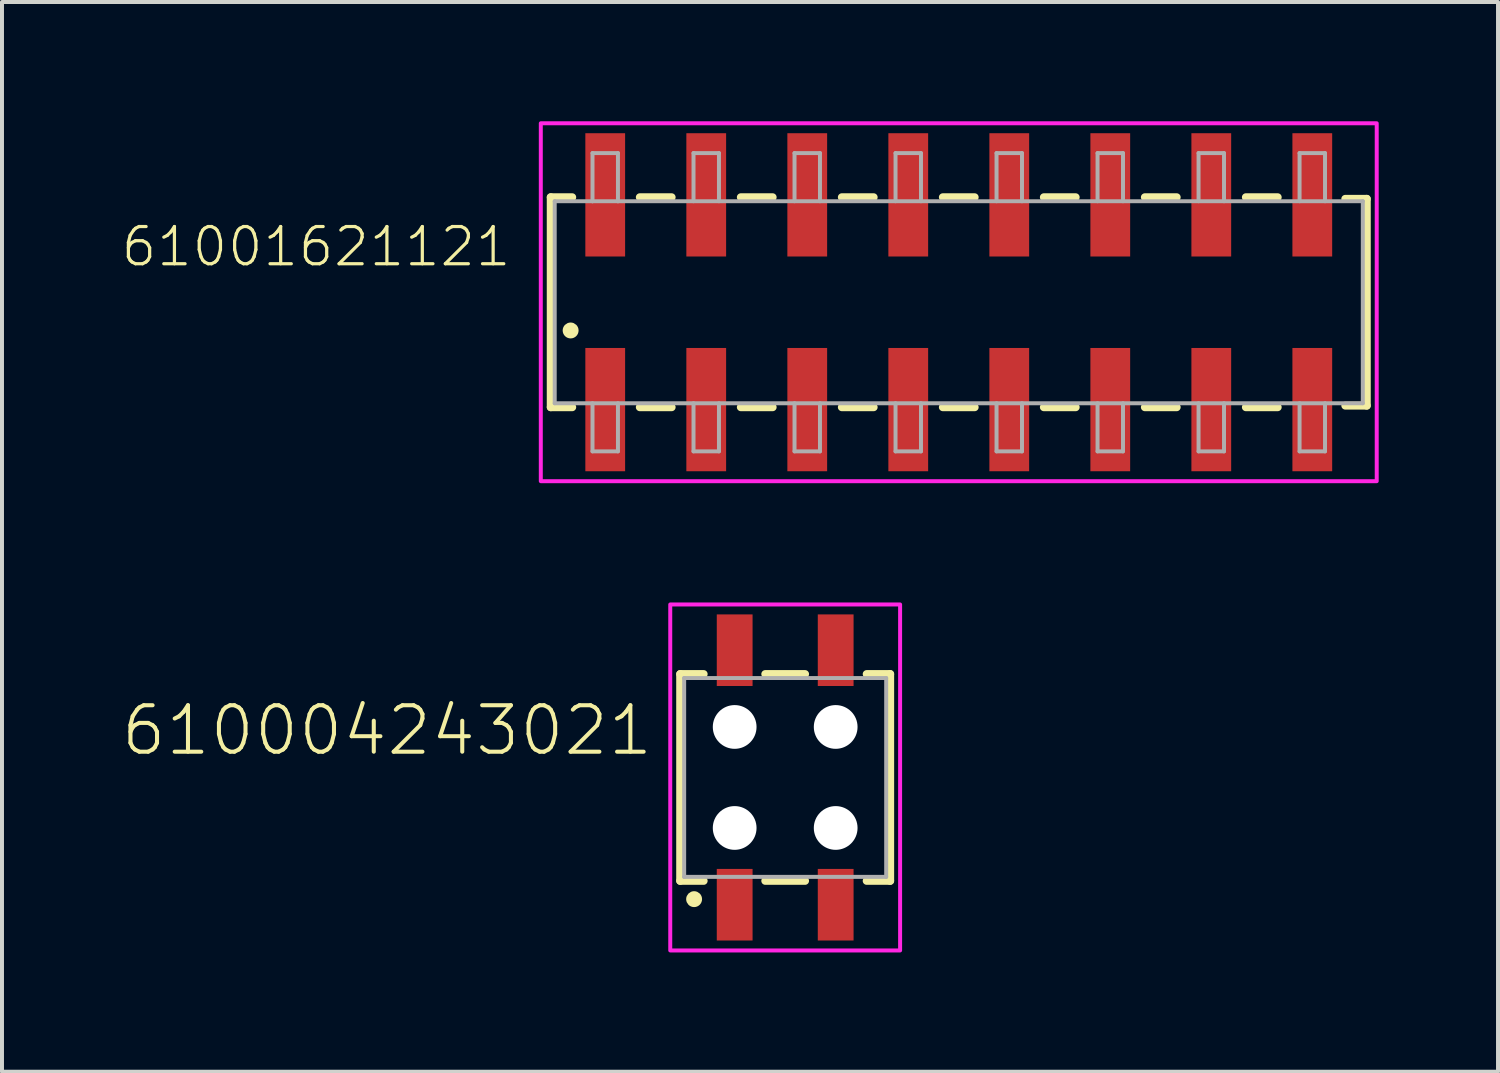
<source format=kicad_pcb>
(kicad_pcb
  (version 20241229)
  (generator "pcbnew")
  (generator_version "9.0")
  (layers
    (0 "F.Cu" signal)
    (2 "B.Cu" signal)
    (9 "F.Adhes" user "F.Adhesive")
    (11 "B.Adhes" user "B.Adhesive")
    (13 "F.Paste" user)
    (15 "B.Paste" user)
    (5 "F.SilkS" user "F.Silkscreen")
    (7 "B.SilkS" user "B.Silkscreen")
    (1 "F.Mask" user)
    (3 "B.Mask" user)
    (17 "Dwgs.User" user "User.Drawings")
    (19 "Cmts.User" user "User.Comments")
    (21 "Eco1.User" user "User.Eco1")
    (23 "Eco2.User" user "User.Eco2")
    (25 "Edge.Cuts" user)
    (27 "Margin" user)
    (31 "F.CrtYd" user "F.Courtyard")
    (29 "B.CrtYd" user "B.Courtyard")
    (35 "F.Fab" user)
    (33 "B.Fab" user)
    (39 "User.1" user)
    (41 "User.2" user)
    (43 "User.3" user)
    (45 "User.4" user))
  (footprint "610004243021"
    (layer "F.Cu")
    (at 16.694 16.5)
    (property "Reference" "610004243021" (at -3.27 -0.5 0) (unlocked yes) (layer "F.SilkS") (effects (font (size 1.168 1.168) (thickness 0.102)) (justify right bottom)))
    (fp_line (start -2.64 -2.6) (end -2.64 2.6) (stroke (width 0.2) (type solid)) (layer "F.SilkS"))
    (fp_line (start -2.64 2.6) (end -2.05 2.6) (stroke (width 0.2) (type solid)) (layer "F.SilkS"))
    (fp_line (start -2.05 -2.6) (end -2.64 -2.6) (stroke (width 0.2) (type solid)) (layer "F.SilkS"))
    (fp_line (start -0.5 2.6) (end 0.5 2.6) (stroke (width 0.2) (type solid)) (layer "F.SilkS"))
    (fp_line (start 0.5 -2.6) (end -0.5 -2.6) (stroke (width 0.2) (type solid)) (layer "F.SilkS"))
    (fp_line (start 2.05 -2.6) (end 2.64 -2.6) (stroke (width 0.2) (type solid)) (layer "F.SilkS"))
    (fp_line (start 2.64 -2.6) (end 2.64 2.6) (stroke (width 0.2) (type solid)) (layer "F.SilkS"))
    (fp_line (start 2.64 2.6) (end 2.05 2.6) (stroke (width 0.2) (type solid)) (layer "F.SilkS"))
    (fp_circle (center -2.29 3.06) (end -2.19 3.06) (stroke (width 0.2) (type solid)) (fill no) (layer "F.SilkS"))
    (fp_poly (pts (xy 2.89 4.35) (xy -2.89 4.35) (xy -2.89 -4.35) (xy 2.89 -4.35)) (stroke (width 0.1) (type default)) (fill no) (layer "F.CrtYd"))
    (fp_line (start -2.54 -2.5) (end -2.54 2.5) (stroke (width 0.1) (type solid)) (layer "F.Fab"))
    (fp_line (start -2.54 -2.5) (end 2.54 -2.5) (stroke (width 0.1) (type solid)) (layer "F.Fab"))
    (fp_line (start -2.54 2.5) (end 2.54 2.5) (stroke (width 0.1) (type solid)) (layer "F.Fab"))
    (fp_line (start 2.54 2.5) (end 2.54 -2.5) (stroke (width 0.1) (type solid)) (layer "F.Fab"))
    (pad "" np_thru_hole circle (at -1.27 -1.27) (size 1.1 1.1) (drill 1.1) (layers "*.Cu" "*.Mask"))
    (pad "" np_thru_hole circle (at -1.27 1.27) (size 1.1 1.1) (drill 1.1) (layers "*.Cu" "*.Mask"))
    (pad "" np_thru_hole circle (at 1.27 -1.27) (size 1.1 1.1) (drill 1.1) (layers "*.Cu" "*.Mask"))
    (pad "" np_thru_hole circle (at 1.27 1.27) (size 1.1 1.1) (drill 1.1) (layers "*.Cu" "*.Mask"))
    (pad "1" smd rect (at -1.27 3.2 90) (size 1.8 0.9) (layers "F.Cu" "F.Mask" "F.Paste"))
    (pad "2" smd rect (at -1.27 -3.2 90) (size 1.8 0.9) (layers "F.Cu" "F.Mask" "F.Paste"))
    (pad "3" smd rect (at 1.27 3.2 90) (size 1.8 0.9) (layers "F.Cu" "F.Mask" "F.Paste"))
    (pad "4" smd rect (at 1.27 -3.2 90) (size 1.8 0.9) (layers "F.Cu" "F.Mask" "F.Paste")))
  (footprint "61001621121"
    (layer "F.Cu")
    (at 21.059 4.55)
    (property "Reference" "61001621121" (at -11.21 -0.85 0) (unlocked yes) (layer "F.SilkS") (effects (font (size 0.935 0.935) (thickness 0.081)) (justify right bottom)))
    (fp_line (start -10.26 -2.64) (end -10.26 2.64) (stroke (width 0.2) (type solid)) (layer "F.SilkS"))
    (fp_line (start -10.26 2.64) (end -9.72 2.64) (stroke (width 0.2) (type solid)) (layer "F.SilkS"))
    (fp_line (start -9.72 -2.64) (end -10.26 -2.64) (stroke (width 0.2) (type solid)) (layer "F.SilkS"))
    (fp_line (start -8.02 2.64) (end -7.22 2.64) (stroke (width 0.2) (type solid)) (layer "F.SilkS"))
    (fp_line (start -7.22 -2.64) (end -8.02 -2.64) (stroke (width 0.2) (type solid)) (layer "F.SilkS"))
    (fp_line (start -5.48 2.64) (end -4.68 2.64) (stroke (width 0.2) (type solid)) (layer "F.SilkS"))
    (fp_line (start -4.68 -2.64) (end -5.48 -2.64) (stroke (width 0.2) (type solid)) (layer "F.SilkS"))
    (fp_line (start -2.94 2.64) (end -2.14 2.64) (stroke (width 0.2) (type solid)) (layer "F.SilkS"))
    (fp_line (start -2.14 -2.64) (end -2.94 -2.64) (stroke (width 0.2) (type solid)) (layer "F.SilkS"))
    (fp_line (start -0.4 2.64) (end 0.4 2.64) (stroke (width 0.2) (type solid)) (layer "F.SilkS"))
    (fp_line (start 0.4 -2.64) (end -0.4 -2.64) (stroke (width 0.2) (type solid)) (layer "F.SilkS"))
    (fp_line (start 2.14 2.64) (end 2.94 2.64) (stroke (width 0.2) (type solid)) (layer "F.SilkS"))
    (fp_line (start 2.94 -2.64) (end 2.14 -2.64) (stroke (width 0.2) (type solid)) (layer "F.SilkS"))
    (fp_line (start 4.68 2.64) (end 5.48 2.64) (stroke (width 0.2) (type solid)) (layer "F.SilkS"))
    (fp_line (start 5.48 -2.64) (end 4.68 -2.64) (stroke (width 0.2) (type solid)) (layer "F.SilkS"))
    (fp_line (start 7.22 2.64) (end 8.02 2.64) (stroke (width 0.2) (type solid)) (layer "F.SilkS"))
    (fp_line (start 8.02 -2.64) (end 7.22 -2.64) (stroke (width 0.2) (type solid)) (layer "F.SilkS"))
    (fp_line (start 9.72 -2.6) (end 10.26 -2.6) (stroke (width 0.2) (type solid)) (layer "F.SilkS"))
    (fp_line (start 10.26 -2.6) (end 10.26 2.6) (stroke (width 0.2) (type solid)) (layer "F.SilkS"))
    (fp_line (start 10.26 2.6) (end 9.72 2.6) (stroke (width 0.2) (type solid)) (layer "F.SilkS"))
    (fp_circle (center -9.76 0.71) (end -9.66 0.71) (stroke (width 0.2) (type solid)) (fill no) (layer "F.SilkS"))
    (fp_poly (pts (xy 10.51 4.5) (xy -10.51 4.5) (xy -10.51 -4.5) (xy 10.51 -4.5)) (stroke (width 0.1) (type default)) (fill no) (layer "F.CrtYd"))
    (fp_line (start -10.16 -2.54) (end -10.16 2.54) (stroke (width 0.1) (type solid)) (layer "F.Fab"))
    (fp_line (start -10.16 2.54) (end 10.16 2.54) (stroke (width 0.1) (type solid)) (layer "F.Fab"))
    (fp_line (start -9.21 -3.75) (end -8.57 -3.75) (stroke (width 0.1) (type solid)) (layer "F.Fab"))
    (fp_line (start -9.21 -2.54) (end -10.16 -2.54) (stroke (width 0.1) (type solid)) (layer "F.Fab"))
    (fp_line (start -9.21 -2.54) (end -9.21 -3.75) (stroke (width 0.1) (type solid)) (layer "F.Fab"))
    (fp_line (start -9.21 3.75) (end -9.21 2.54) (stroke (width 0.1) (type solid)) (layer "F.Fab"))
    (fp_line (start -8.57 -3.75) (end -8.57 -2.54) (stroke (width 0.1) (type solid)) (layer "F.Fab"))
    (fp_line (start -8.57 -2.54) (end -9.21 -2.54) (stroke (width 0.1) (type solid)) (layer "F.Fab"))
    (fp_line (start -8.57 2.54) (end -8.57 3.75) (stroke (width 0.1) (type solid)) (layer "F.Fab"))
    (fp_line (start -8.57 3.75) (end -9.21 3.75) (stroke (width 0.1) (type solid)) (layer "F.Fab"))
    (fp_line (start -6.67 -3.75) (end -6.03 -3.75) (stroke (width 0.1) (type solid)) (layer "F.Fab"))
    (fp_line (start -6.67 -2.54) (end -6.67 -3.75) (stroke (width 0.1) (type solid)) (layer "F.Fab"))
    (fp_line (start -6.67 3.75) (end -6.67 2.54) (stroke (width 0.1) (type solid)) (layer "F.Fab"))
    (fp_line (start -6.03 -3.75) (end -6.03 -2.54) (stroke (width 0.1) (type solid)) (layer "F.Fab"))
    (fp_line (start -6.03 2.54) (end -6.03 3.75) (stroke (width 0.1) (type solid)) (layer "F.Fab"))
    (fp_line (start -6.03 3.75) (end -6.67 3.75) (stroke (width 0.1) (type solid)) (layer "F.Fab"))
    (fp_line (start -4.13 -3.75) (end -3.49 -3.75) (stroke (width 0.1) (type solid)) (layer "F.Fab"))
    (fp_line (start -4.13 -2.54) (end -4.13 -3.75) (stroke (width 0.1) (type solid)) (layer "F.Fab"))
    (fp_line (start -4.13 3.75) (end -4.13 2.54) (stroke (width 0.1) (type solid)) (layer "F.Fab"))
    (fp_line (start -3.49 -3.75) (end -3.49 -2.54) (stroke (width 0.1) (type solid)) (layer "F.Fab"))
    (fp_line (start -3.49 2.54) (end -3.49 3.75) (stroke (width 0.1) (type solid)) (layer "F.Fab"))
    (fp_line (start -3.49 3.75) (end -4.13 3.75) (stroke (width 0.1) (type solid)) (layer "F.Fab"))
    (fp_line (start -1.59 -3.75) (end -0.95 -3.75) (stroke (width 0.1) (type solid)) (layer "F.Fab"))
    (fp_line (start -1.59 -2.54) (end -1.59 -3.75) (stroke (width 0.1) (type solid)) (layer "F.Fab"))
    (fp_line (start -1.59 3.75) (end -1.59 2.54) (stroke (width 0.1) (type solid)) (layer "F.Fab"))
    (fp_line (start -0.95 -3.75) (end -0.95 -2.54) (stroke (width 0.1) (type solid)) (layer "F.Fab"))
    (fp_line (start -0.95 2.54) (end -0.95 3.75) (stroke (width 0.1) (type solid)) (layer "F.Fab"))
    (fp_line (start -0.95 3.75) (end -1.59 3.75) (stroke (width 0.1) (type solid)) (layer "F.Fab"))
    (fp_line (start 0.95 -3.75) (end 1.59 -3.75) (stroke (width 0.1) (type solid)) (layer "F.Fab"))
    (fp_line (start 0.95 -2.54) (end 0.95 -3.75) (stroke (width 0.1) (type solid)) (layer "F.Fab"))
    (fp_line (start 0.95 3.75) (end 0.95 2.54) (stroke (width 0.1) (type solid)) (layer "F.Fab"))
    (fp_line (start 1.59 -3.75) (end 1.59 -2.54) (stroke (width 0.1) (type solid)) (layer "F.Fab"))
    (fp_line (start 1.59 2.54) (end 1.59 3.75) (stroke (width 0.1) (type solid)) (layer "F.Fab"))
    (fp_line (start 1.59 3.75) (end 0.95 3.75) (stroke (width 0.1) (type solid)) (layer "F.Fab"))
    (fp_line (start 3.49 -3.75) (end 4.13 -3.75) (stroke (width 0.1) (type solid)) (layer "F.Fab"))
    (fp_line (start 3.49 -2.54) (end 3.49 -3.75) (stroke (width 0.1) (type solid)) (layer "F.Fab"))
    (fp_line (start 3.49 3.75) (end 3.49 2.54) (stroke (width 0.1) (type solid)) (layer "F.Fab"))
    (fp_line (start 4.13 -3.75) (end 4.13 -2.54) (stroke (width 0.1) (type solid)) (layer "F.Fab"))
    (fp_line (start 4.13 2.54) (end 4.13 3.75) (stroke (width 0.1) (type solid)) (layer "F.Fab"))
    (fp_line (start 4.13 3.75) (end 3.49 3.75) (stroke (width 0.1) (type solid)) (layer "F.Fab"))
    (fp_line (start 6.03 -3.75) (end 6.67 -3.75) (stroke (width 0.1) (type solid)) (layer "F.Fab"))
    (fp_line (start 6.03 -2.54) (end 6.03 -3.75) (stroke (width 0.1) (type solid)) (layer "F.Fab"))
    (fp_line (start 6.03 3.75) (end 6.03 2.54) (stroke (width 0.1) (type solid)) (layer "F.Fab"))
    (fp_line (start 6.67 -3.75) (end 6.67 -2.54) (stroke (width 0.1) (type solid)) (layer "F.Fab"))
    (fp_line (start 6.67 2.54) (end 6.67 3.75) (stroke (width 0.1) (type solid)) (layer "F.Fab"))
    (fp_line (start 6.67 3.75) (end 6.03 3.75) (stroke (width 0.1) (type solid)) (layer "F.Fab"))
    (fp_line (start 8.57 -3.75) (end 9.21 -3.75) (stroke (width 0.1) (type solid)) (layer "F.Fab"))
    (fp_line (start 8.57 -2.54) (end 8.57 -3.75) (stroke (width 0.1) (type solid)) (layer "F.Fab"))
    (fp_line (start 8.57 3.75) (end 8.57 2.54) (stroke (width 0.1) (type solid)) (layer "F.Fab"))
    (fp_line (start 9.21 -3.75) (end 9.21 -2.54) (stroke (width 0.1) (type solid)) (layer "F.Fab"))
    (fp_line (start 9.21 2.54) (end 9.21 3.75) (stroke (width 0.1) (type solid)) (layer "F.Fab"))
    (fp_line (start 9.21 3.75) (end 8.57 3.75) (stroke (width 0.1) (type solid)) (layer "F.Fab"))
    (fp_line (start 10.16 -2.54) (end -8.57 -2.54) (stroke (width 0.1) (type solid)) (layer "F.Fab"))
    (fp_line (start 10.16 2.54) (end 10.16 -2.54) (stroke (width 0.1) (type solid)) (layer "F.Fab"))
    (pad "1" smd rect (at -8.89 2.7 90) (size 3.1 1) (layers "F.Cu" "F.Mask" "F.Paste"))
    (pad "2" smd rect (at -8.89 -2.7 90) (size 3.1 1) (layers "F.Cu" "F.Mask" "F.Paste"))
    (pad "3" smd rect (at -6.35 2.7 90) (size 3.1 1) (layers "F.Cu" "F.Mask" "F.Paste"))
    (pad "4" smd rect (at -6.35 -2.7 90) (size 3.1 1) (layers "F.Cu" "F.Mask" "F.Paste"))
    (pad "5" smd rect (at -3.81 2.7 90) (size 3.1 1) (layers "F.Cu" "F.Mask" "F.Paste"))
    (pad "6" smd rect (at -3.81 -2.7 90) (size 3.1 1) (layers "F.Cu" "F.Mask" "F.Paste"))
    (pad "7" smd rect (at -1.27 2.7 90) (size 3.1 1) (layers "F.Cu" "F.Mask" "F.Paste"))
    (pad "8" smd rect (at -1.27 -2.7 90) (size 3.1 1) (layers "F.Cu" "F.Mask" "F.Paste"))
    (pad "9" smd rect (at 1.27 2.7 90) (size 3.1 1) (layers "F.Cu" "F.Mask" "F.Paste"))
    (pad "10" smd rect (at 1.27 -2.7 90) (size 3.1 1) (layers "F.Cu" "F.Mask" "F.Paste"))
    (pad "11" smd rect (at 3.81 2.7 90) (size 3.1 1) (layers "F.Cu" "F.Mask" "F.Paste"))
    (pad "12" smd rect (at 3.81 -2.7 90) (size 3.1 1) (layers "F.Cu" "F.Mask" "F.Paste"))
    (pad "13" smd rect (at 6.35 2.7 90) (size 3.1 1) (layers "F.Cu" "F.Mask" "F.Paste"))
    (pad "14" smd rect (at 6.35 -2.7 90) (size 3.1 1) (layers "F.Cu" "F.Mask" "F.Paste"))
    (pad "15" smd rect (at 8.89 2.7 90) (size 3.1 1) (layers "F.Cu" "F.Mask" "F.Paste"))
    (pad "16" smd rect (at 8.89 -2.7 90) (size 3.1 1) (layers "F.Cu" "F.Mask" "F.Paste")))
  (gr_rect
    (start -3 -3)
    (end 34.619 23.9)
    (stroke (width 0.1) (type default))
    (fill no)
    (layer "Edge.Cuts")))
</source>
